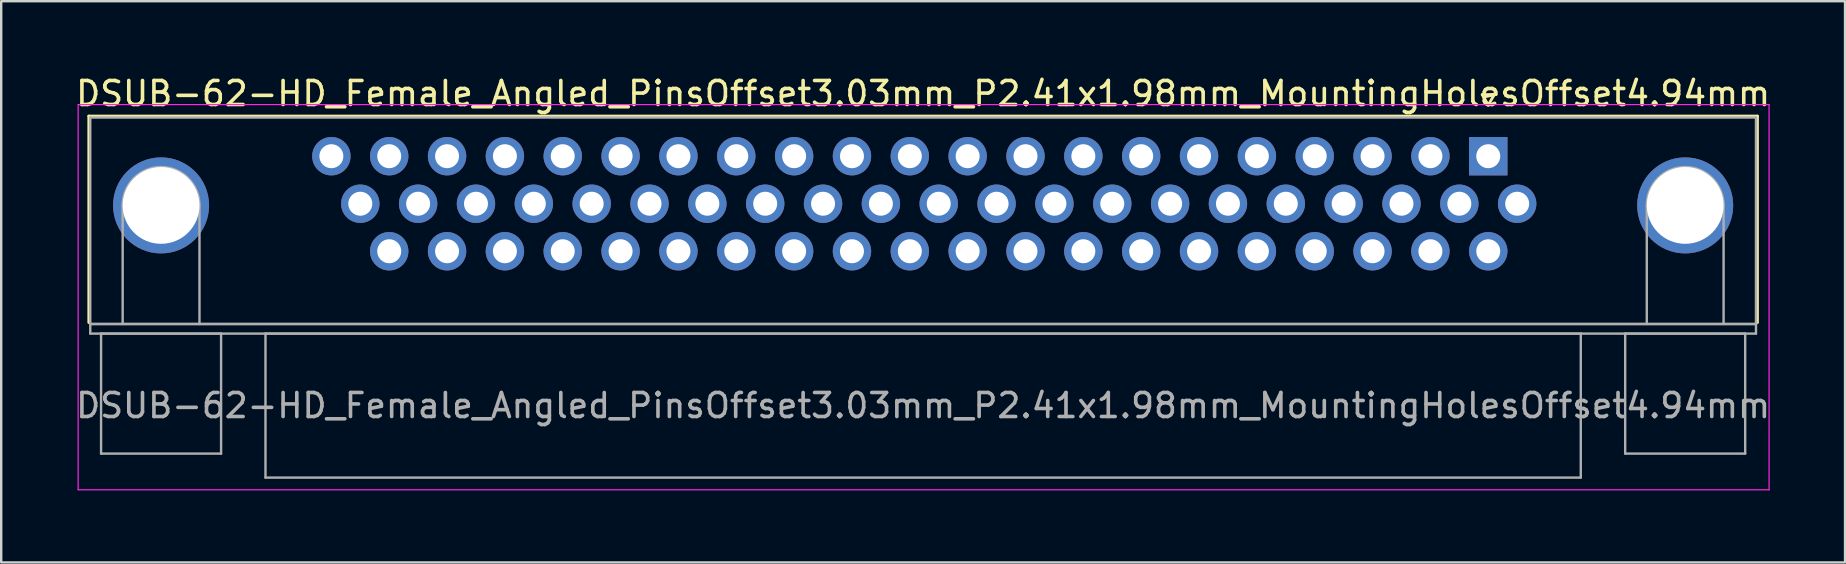
<source format=kicad_pcb>
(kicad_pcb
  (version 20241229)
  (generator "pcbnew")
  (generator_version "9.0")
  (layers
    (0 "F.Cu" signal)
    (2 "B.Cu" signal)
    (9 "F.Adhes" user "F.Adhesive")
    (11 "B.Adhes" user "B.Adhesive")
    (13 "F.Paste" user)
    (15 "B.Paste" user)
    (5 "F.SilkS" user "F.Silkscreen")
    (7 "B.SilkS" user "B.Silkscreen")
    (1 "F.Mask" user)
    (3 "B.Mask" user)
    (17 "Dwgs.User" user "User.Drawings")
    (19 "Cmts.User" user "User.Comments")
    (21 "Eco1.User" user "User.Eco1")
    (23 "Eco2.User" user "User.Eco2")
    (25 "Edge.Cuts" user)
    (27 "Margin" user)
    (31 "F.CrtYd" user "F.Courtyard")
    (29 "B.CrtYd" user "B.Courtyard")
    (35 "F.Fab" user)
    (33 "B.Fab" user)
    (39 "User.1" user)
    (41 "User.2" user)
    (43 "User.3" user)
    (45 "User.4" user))
  (footprint "DSUB-62-HD_Female_Angled_PinsOffset3.03mm_P2.41x1.98mm_MountingHolesOffset4.94mm"
    (layer "F.Cu")
    (at 58.956 3.458)
    (property "Reference" "DSUB-62-HD_Female_Angled_PinsOffset3.03mm_P2.41x1.98mm_MountingHolesOffset4.94mm" (at -23.545 -2.61 0) (layer "F.SilkS") (effects (font (size 1 1) (thickness 0.15))))
    (attr through_hole)
    (fp_line (start -58.305 -1.67) (end 11.215 -1.67) (stroke (width 0.12) (type solid)) (layer "F.SilkS"))
    (fp_line (start -58.305 6.93) (end -58.305 -1.67) (stroke (width 0.12) (type solid)) (layer "F.SilkS"))
    (fp_line (start -0.25 -2.564) (end 0.25 -2.564) (stroke (width 0.12) (type solid)) (layer "F.SilkS"))
    (fp_line (start 0 -2.131) (end -0.25 -2.564) (stroke (width 0.12) (type solid)) (layer "F.SilkS"))
    (fp_line (start 0.25 -2.564) (end 0 -2.131) (stroke (width 0.12) (type solid)) (layer "F.SilkS"))
    (fp_line (start 11.215 -1.67) (end 11.215 6.93) (stroke (width 0.12) (type solid)) (layer "F.SilkS"))
    (fp_line (start -58.75 -2.15) (end -58.75 13.9) (stroke (width 0.05) (type solid)) (layer "F.CrtYd"))
    (fp_line (start -58.75 13.9) (end 11.7 13.9) (stroke (width 0.05) (type solid)) (layer "F.CrtYd"))
    (fp_line (start 11.7 -2.15) (end -58.75 -2.15) (stroke (width 0.05) (type solid)) (layer "F.CrtYd"))
    (fp_line (start 11.7 13.9) (end 11.7 -2.15) (stroke (width 0.05) (type solid)) (layer "F.CrtYd"))
    (fp_line (start -58.245 -1.61) (end -58.245 6.99) (stroke (width 0.1) (type solid)) (layer "F.Fab"))
    (fp_line (start -58.245 6.99) (end -58.245 7.39) (stroke (width 0.1) (type solid)) (layer "F.Fab"))
    (fp_line (start -58.245 6.99) (end 11.155 6.99) (stroke (width 0.1) (type solid)) (layer "F.Fab"))
    (fp_line (start -58.245 7.39) (end 11.155 7.39) (stroke (width 0.1) (type solid)) (layer "F.Fab"))
    (fp_line (start -57.795 7.39) (end -57.795 12.39) (stroke (width 0.1) (type solid)) (layer "F.Fab"))
    (fp_line (start -57.795 12.39) (end -52.795 12.39) (stroke (width 0.1) (type solid)) (layer "F.Fab"))
    (fp_line (start -56.895 6.99) (end -56.895 2.05) (stroke (width 0.1) (type solid)) (layer "F.Fab"))
    (fp_line (start -53.695 6.99) (end -53.695 2.05) (stroke (width 0.1) (type solid)) (layer "F.Fab"))
    (fp_line (start -52.795 7.39) (end -57.795 7.39) (stroke (width 0.1) (type solid)) (layer "F.Fab"))
    (fp_line (start -52.795 12.39) (end -52.795 7.39) (stroke (width 0.1) (type solid)) (layer "F.Fab"))
    (fp_line (start -50.945 7.39) (end -50.945 13.39) (stroke (width 0.1) (type solid)) (layer "F.Fab"))
    (fp_line (start -50.945 13.39) (end 3.855 13.39) (stroke (width 0.1) (type solid)) (layer "F.Fab"))
    (fp_line (start 3.855 7.39) (end -50.945 7.39) (stroke (width 0.1) (type solid)) (layer "F.Fab"))
    (fp_line (start 3.855 13.39) (end 3.855 7.39) (stroke (width 0.1) (type solid)) (layer "F.Fab"))
    (fp_line (start 5.705 7.39) (end 5.705 12.39) (stroke (width 0.1) (type solid)) (layer "F.Fab"))
    (fp_line (start 5.705 12.39) (end 10.705 12.39) (stroke (width 0.1) (type solid)) (layer "F.Fab"))
    (fp_line (start 6.605 6.99) (end 6.605 2.05) (stroke (width 0.1) (type solid)) (layer "F.Fab"))
    (fp_line (start 9.805 6.99) (end 9.805 2.05) (stroke (width 0.1) (type solid)) (layer "F.Fab"))
    (fp_line (start 10.705 7.39) (end 5.705 7.39) (stroke (width 0.1) (type solid)) (layer "F.Fab"))
    (fp_line (start 10.705 12.39) (end 10.705 7.39) (stroke (width 0.1) (type solid)) (layer "F.Fab"))
    (fp_line (start 11.155 -1.61) (end -58.245 -1.61) (stroke (width 0.1) (type solid)) (layer "F.Fab"))
    (fp_line (start 11.155 6.99) (end -58.245 6.99) (stroke (width 0.1) (type solid)) (layer "F.Fab"))
    (fp_line (start 11.155 6.99) (end 11.155 -1.61) (stroke (width 0.1) (type solid)) (layer "F.Fab"))
    (fp_line (start 11.155 7.39) (end 11.155 6.99) (stroke (width 0.1) (type solid)) (layer "F.Fab"))
    (fp_arc (start -56.895 2.05) (mid -55.295 0.45) (end -53.695 2.05) (stroke (width 0.1) (type solid)) (layer "F.Fab"))
    (fp_arc (start 6.605 2.05) (mid 8.205 0.45) (end 9.805 2.05) (stroke (width 0.1) (type solid)) (layer "F.Fab"))
    (fp_text user "${REFERENCE}" (at -23.545 10.39 0) (layer "F.Fab") (effects (font (size 1 1) (thickness 0.15))))
    (pad "0" thru_hole circle (at -55.295 2.05) (size 4 4) (drill 3.2) (layers "*.Cu" "*.Mask"))
    (pad "0" thru_hole circle (at 8.205 2.05) (size 4 4) (drill 3.2) (layers "*.Cu" "*.Mask"))
    (pad "1" thru_hole rect (at 0 0) (size 1.6 1.6) (drill 1) (layers "*.Cu" "*.Mask"))
    (pad "2" thru_hole circle (at -2.41 0) (size 1.6 1.6) (drill 1) (layers "*.Cu" "*.Mask"))
    (pad "3" thru_hole circle (at -4.82 0) (size 1.6 1.6) (drill 1) (layers "*.Cu" "*.Mask"))
    (pad "4" thru_hole circle (at -7.23 0) (size 1.6 1.6) (drill 1) (layers "*.Cu" "*.Mask"))
    (pad "5" thru_hole circle (at -9.64 0) (size 1.6 1.6) (drill 1) (layers "*.Cu" "*.Mask"))
    (pad "6" thru_hole circle (at -12.05 0) (size 1.6 1.6) (drill 1) (layers "*.Cu" "*.Mask"))
    (pad "7" thru_hole circle (at -14.46 0) (size 1.6 1.6) (drill 1) (layers "*.Cu" "*.Mask"))
    (pad "8" thru_hole circle (at -16.87 0) (size 1.6 1.6) (drill 1) (layers "*.Cu" "*.Mask"))
    (pad "9" thru_hole circle (at -19.28 0) (size 1.6 1.6) (drill 1) (layers "*.Cu" "*.Mask"))
    (pad "10" thru_hole circle (at -21.69 0) (size 1.6 1.6) (drill 1) (layers "*.Cu" "*.Mask"))
    (pad "11" thru_hole circle (at -24.1 0) (size 1.6 1.6) (drill 1) (layers "*.Cu" "*.Mask"))
    (pad "12" thru_hole circle (at -26.51 0) (size 1.6 1.6) (drill 1) (layers "*.Cu" "*.Mask"))
    (pad "13" thru_hole circle (at -28.92 0) (size 1.6 1.6) (drill 1) (layers "*.Cu" "*.Mask"))
    (pad "14" thru_hole circle (at -31.33 0) (size 1.6 1.6) (drill 1) (layers "*.Cu" "*.Mask"))
    (pad "15" thru_hole circle (at -33.74 0) (size 1.6 1.6) (drill 1) (layers "*.Cu" "*.Mask"))
    (pad "16" thru_hole circle (at -36.15 0) (size 1.6 1.6) (drill 1) (layers "*.Cu" "*.Mask"))
    (pad "17" thru_hole circle (at -38.56 0) (size 1.6 1.6) (drill 1) (layers "*.Cu" "*.Mask"))
    (pad "18" thru_hole circle (at -40.97 0) (size 1.6 1.6) (drill 1) (layers "*.Cu" "*.Mask"))
    (pad "19" thru_hole circle (at -43.38 0) (size 1.6 1.6) (drill 1) (layers "*.Cu" "*.Mask"))
    (pad "20" thru_hole circle (at -45.79 0) (size 1.6 1.6) (drill 1) (layers "*.Cu" "*.Mask"))
    (pad "21" thru_hole circle (at -48.2 0) (size 1.6 1.6) (drill 1) (layers "*.Cu" "*.Mask"))
    (pad "22" thru_hole circle (at 1.205 1.98) (size 1.6 1.6) (drill 1) (layers "*.Cu" "*.Mask"))
    (pad "23" thru_hole circle (at -1.205 1.98) (size 1.6 1.6) (drill 1) (layers "*.Cu" "*.Mask"))
    (pad "24" thru_hole circle (at -3.615 1.98) (size 1.6 1.6) (drill 1) (layers "*.Cu" "*.Mask"))
    (pad "25" thru_hole circle (at -6.025 1.98) (size 1.6 1.6) (drill 1) (layers "*.Cu" "*.Mask"))
    (pad "26" thru_hole circle (at -8.435 1.98) (size 1.6 1.6) (drill 1) (layers "*.Cu" "*.Mask"))
    (pad "27" thru_hole circle (at -10.845 1.98) (size 1.6 1.6) (drill 1) (layers "*.Cu" "*.Mask"))
    (pad "28" thru_hole circle (at -13.255 1.98) (size 1.6 1.6) (drill 1) (layers "*.Cu" "*.Mask"))
    (pad "29" thru_hole circle (at -15.665 1.98) (size 1.6 1.6) (drill 1) (layers "*.Cu" "*.Mask"))
    (pad "30" thru_hole circle (at -18.075 1.98) (size 1.6 1.6) (drill 1) (layers "*.Cu" "*.Mask"))
    (pad "31" thru_hole circle (at -20.485 1.98) (size 1.6 1.6) (drill 1) (layers "*.Cu" "*.Mask"))
    (pad "32" thru_hole circle (at -22.895 1.98) (size 1.6 1.6) (drill 1) (layers "*.Cu" "*.Mask"))
    (pad "33" thru_hole circle (at -25.305 1.98) (size 1.6 1.6) (drill 1) (layers "*.Cu" "*.Mask"))
    (pad "34" thru_hole circle (at -27.715 1.98) (size 1.6 1.6) (drill 1) (layers "*.Cu" "*.Mask"))
    (pad "35" thru_hole circle (at -30.125 1.98) (size 1.6 1.6) (drill 1) (layers "*.Cu" "*.Mask"))
    (pad "36" thru_hole circle (at -32.535 1.98) (size 1.6 1.6) (drill 1) (layers "*.Cu" "*.Mask"))
    (pad "37" thru_hole circle (at -34.945 1.98) (size 1.6 1.6) (drill 1) (layers "*.Cu" "*.Mask"))
    (pad "38" thru_hole circle (at -37.355 1.98) (size 1.6 1.6) (drill 1) (layers "*.Cu" "*.Mask"))
    (pad "39" thru_hole circle (at -39.765 1.98) (size 1.6 1.6) (drill 1) (layers "*.Cu" "*.Mask"))
    (pad "40" thru_hole circle (at -42.175 1.98) (size 1.6 1.6) (drill 1) (layers "*.Cu" "*.Mask"))
    (pad "41" thru_hole circle (at -44.585 1.98) (size 1.6 1.6) (drill 1) (layers "*.Cu" "*.Mask"))
    (pad "42" thru_hole circle (at -46.995 1.98) (size 1.6 1.6) (drill 1) (layers "*.Cu" "*.Mask"))
    (pad "43" thru_hole circle (at 0 3.96) (size 1.6 1.6) (drill 1) (layers "*.Cu" "*.Mask"))
    (pad "44" thru_hole circle (at -2.41 3.96) (size 1.6 1.6) (drill 1) (layers "*.Cu" "*.Mask"))
    (pad "45" thru_hole circle (at -4.82 3.96) (size 1.6 1.6) (drill 1) (layers "*.Cu" "*.Mask"))
    (pad "46" thru_hole circle (at -7.23 3.96) (size 1.6 1.6) (drill 1) (layers "*.Cu" "*.Mask"))
    (pad "47" thru_hole circle (at -9.64 3.96) (size 1.6 1.6) (drill 1) (layers "*.Cu" "*.Mask"))
    (pad "48" thru_hole circle (at -12.05 3.96) (size 1.6 1.6) (drill 1) (layers "*.Cu" "*.Mask"))
    (pad "49" thru_hole circle (at -14.46 3.96) (size 1.6 1.6) (drill 1) (layers "*.Cu" "*.Mask"))
    (pad "50" thru_hole circle (at -16.87 3.96) (size 1.6 1.6) (drill 1) (layers "*.Cu" "*.Mask"))
    (pad "51" thru_hole circle (at -19.28 3.96) (size 1.6 1.6) (drill 1) (layers "*.Cu" "*.Mask"))
    (pad "52" thru_hole circle (at -21.69 3.96) (size 1.6 1.6) (drill 1) (layers "*.Cu" "*.Mask"))
    (pad "53" thru_hole circle (at -24.1 3.96) (size 1.6 1.6) (drill 1) (layers "*.Cu" "*.Mask"))
    (pad "54" thru_hole circle (at -26.51 3.96) (size 1.6 1.6) (drill 1) (layers "*.Cu" "*.Mask"))
    (pad "55" thru_hole circle (at -28.92 3.96) (size 1.6 1.6) (drill 1) (layers "*.Cu" "*.Mask"))
    (pad "56" thru_hole circle (at -31.33 3.96) (size 1.6 1.6) (drill 1) (layers "*.Cu" "*.Mask"))
    (pad "57" thru_hole circle (at -33.74 3.96) (size 1.6 1.6) (drill 1) (layers "*.Cu" "*.Mask"))
    (pad "58" thru_hole circle (at -36.15 3.96) (size 1.6 1.6) (drill 1) (layers "*.Cu" "*.Mask"))
    (pad "59" thru_hole circle (at -38.56 3.96) (size 1.6 1.6) (drill 1) (layers "*.Cu" "*.Mask"))
    (pad "60" thru_hole circle (at -40.97 3.96) (size 1.6 1.6) (drill 1) (layers "*.Cu" "*.Mask"))
    (pad "61" thru_hole circle (at -43.38 3.96) (size 1.6 1.6) (drill 1) (layers "*.Cu" "*.Mask"))
    (pad "62" thru_hole circle (at -45.79 3.96) (size 1.6 1.6) (drill 1) (layers "*.Cu" "*.Mask")))
  (gr_rect
    (start -3 -3)
    (end 73.821 20.383)
    (stroke (width 0.1) (type default))
    (fill no)
    (layer "Edge.Cuts")))
</source>
